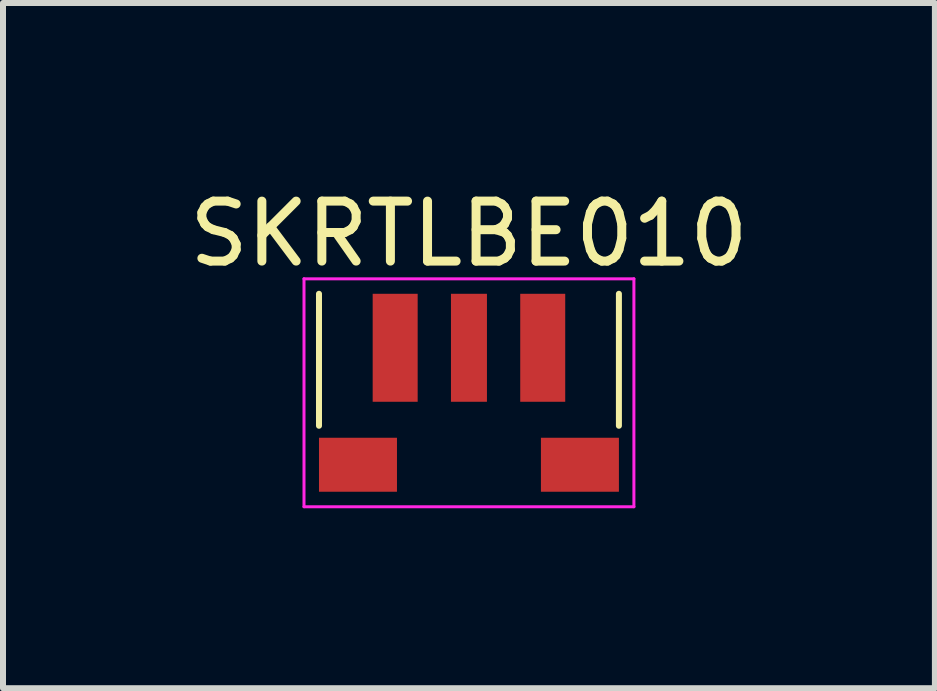
<source format=kicad_pcb>
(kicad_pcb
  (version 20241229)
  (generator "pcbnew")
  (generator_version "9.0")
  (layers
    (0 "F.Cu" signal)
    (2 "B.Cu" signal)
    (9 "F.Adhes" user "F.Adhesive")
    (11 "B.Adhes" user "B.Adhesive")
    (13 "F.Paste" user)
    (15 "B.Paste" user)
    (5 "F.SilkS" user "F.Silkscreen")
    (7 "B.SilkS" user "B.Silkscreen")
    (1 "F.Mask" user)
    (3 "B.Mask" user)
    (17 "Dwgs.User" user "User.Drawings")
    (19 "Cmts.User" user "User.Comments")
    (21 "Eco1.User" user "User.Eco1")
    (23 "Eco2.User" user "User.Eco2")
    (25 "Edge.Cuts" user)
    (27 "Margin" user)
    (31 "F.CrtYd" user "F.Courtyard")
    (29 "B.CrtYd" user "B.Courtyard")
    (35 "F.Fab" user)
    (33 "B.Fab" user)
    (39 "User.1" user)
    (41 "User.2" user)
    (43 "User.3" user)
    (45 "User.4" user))
  (footprint "SKRTLBE010"
    (layer "F.Cu")
    (at 4.768 3.648)
    (property "Reference" "SKRTLBE010" (at 0 -2.8 0) (layer "F.SilkS") (effects (font (size 1 1) (thickness 0.15))))
    (attr through_hole)
    (fp_line (start -2.5 -1.8) (end -2.5 0.4) (stroke (width 0.1) (type solid)) (layer "F.SilkS"))
    (fp_line (start 2.5 -1.8) (end 2.5 0.4) (stroke (width 0.1) (type solid)) (layer "F.SilkS"))
    (fp_line (start -2.75 -2.05) (end 2.75 -2.05) (stroke (width 0.05) (type solid)) (layer "F.CrtYd"))
    (fp_line (start -2.75 1.75) (end -2.75 -2.05) (stroke (width 0.05) (type solid)) (layer "F.CrtYd"))
    (fp_line (start 2.75 -2.05) (end 2.75 1.75) (stroke (width 0.05) (type solid)) (layer "F.CrtYd"))
    (fp_line (start 2.75 1.75) (end -2.75 1.75) (stroke (width 0.05) (type solid)) (layer "F.CrtYd"))
    (pad "" smd rect (at -1.85 1.05) (size 1.3 0.9) (layers "F.Cu" "F.Mask" "F.Paste"))
    (pad "" smd rect (at 1.85 1.05) (size 1.3 0.9) (layers "F.Cu" "F.Mask" "F.Paste"))
    (pad "1" smd rect (at -1.23 -0.9) (size 0.75 1.8) (layers "F.Cu" "F.Mask" "F.Paste"))
    (pad "1" smd rect (at 1.23 -0.9) (size 0.75 1.8) (layers "F.Cu" "F.Mask" "F.Paste"))
    (pad "2" smd rect (at 0 -0.9) (size 0.6 1.8) (layers "F.Cu" "F.Mask" "F.Paste")))
  (gr_rect
    (start -3 -3)
    (end 12.536 8.423)
    (stroke (width 0.1) (type default))
    (fill no)
    (layer "Edge.Cuts")))
</source>
